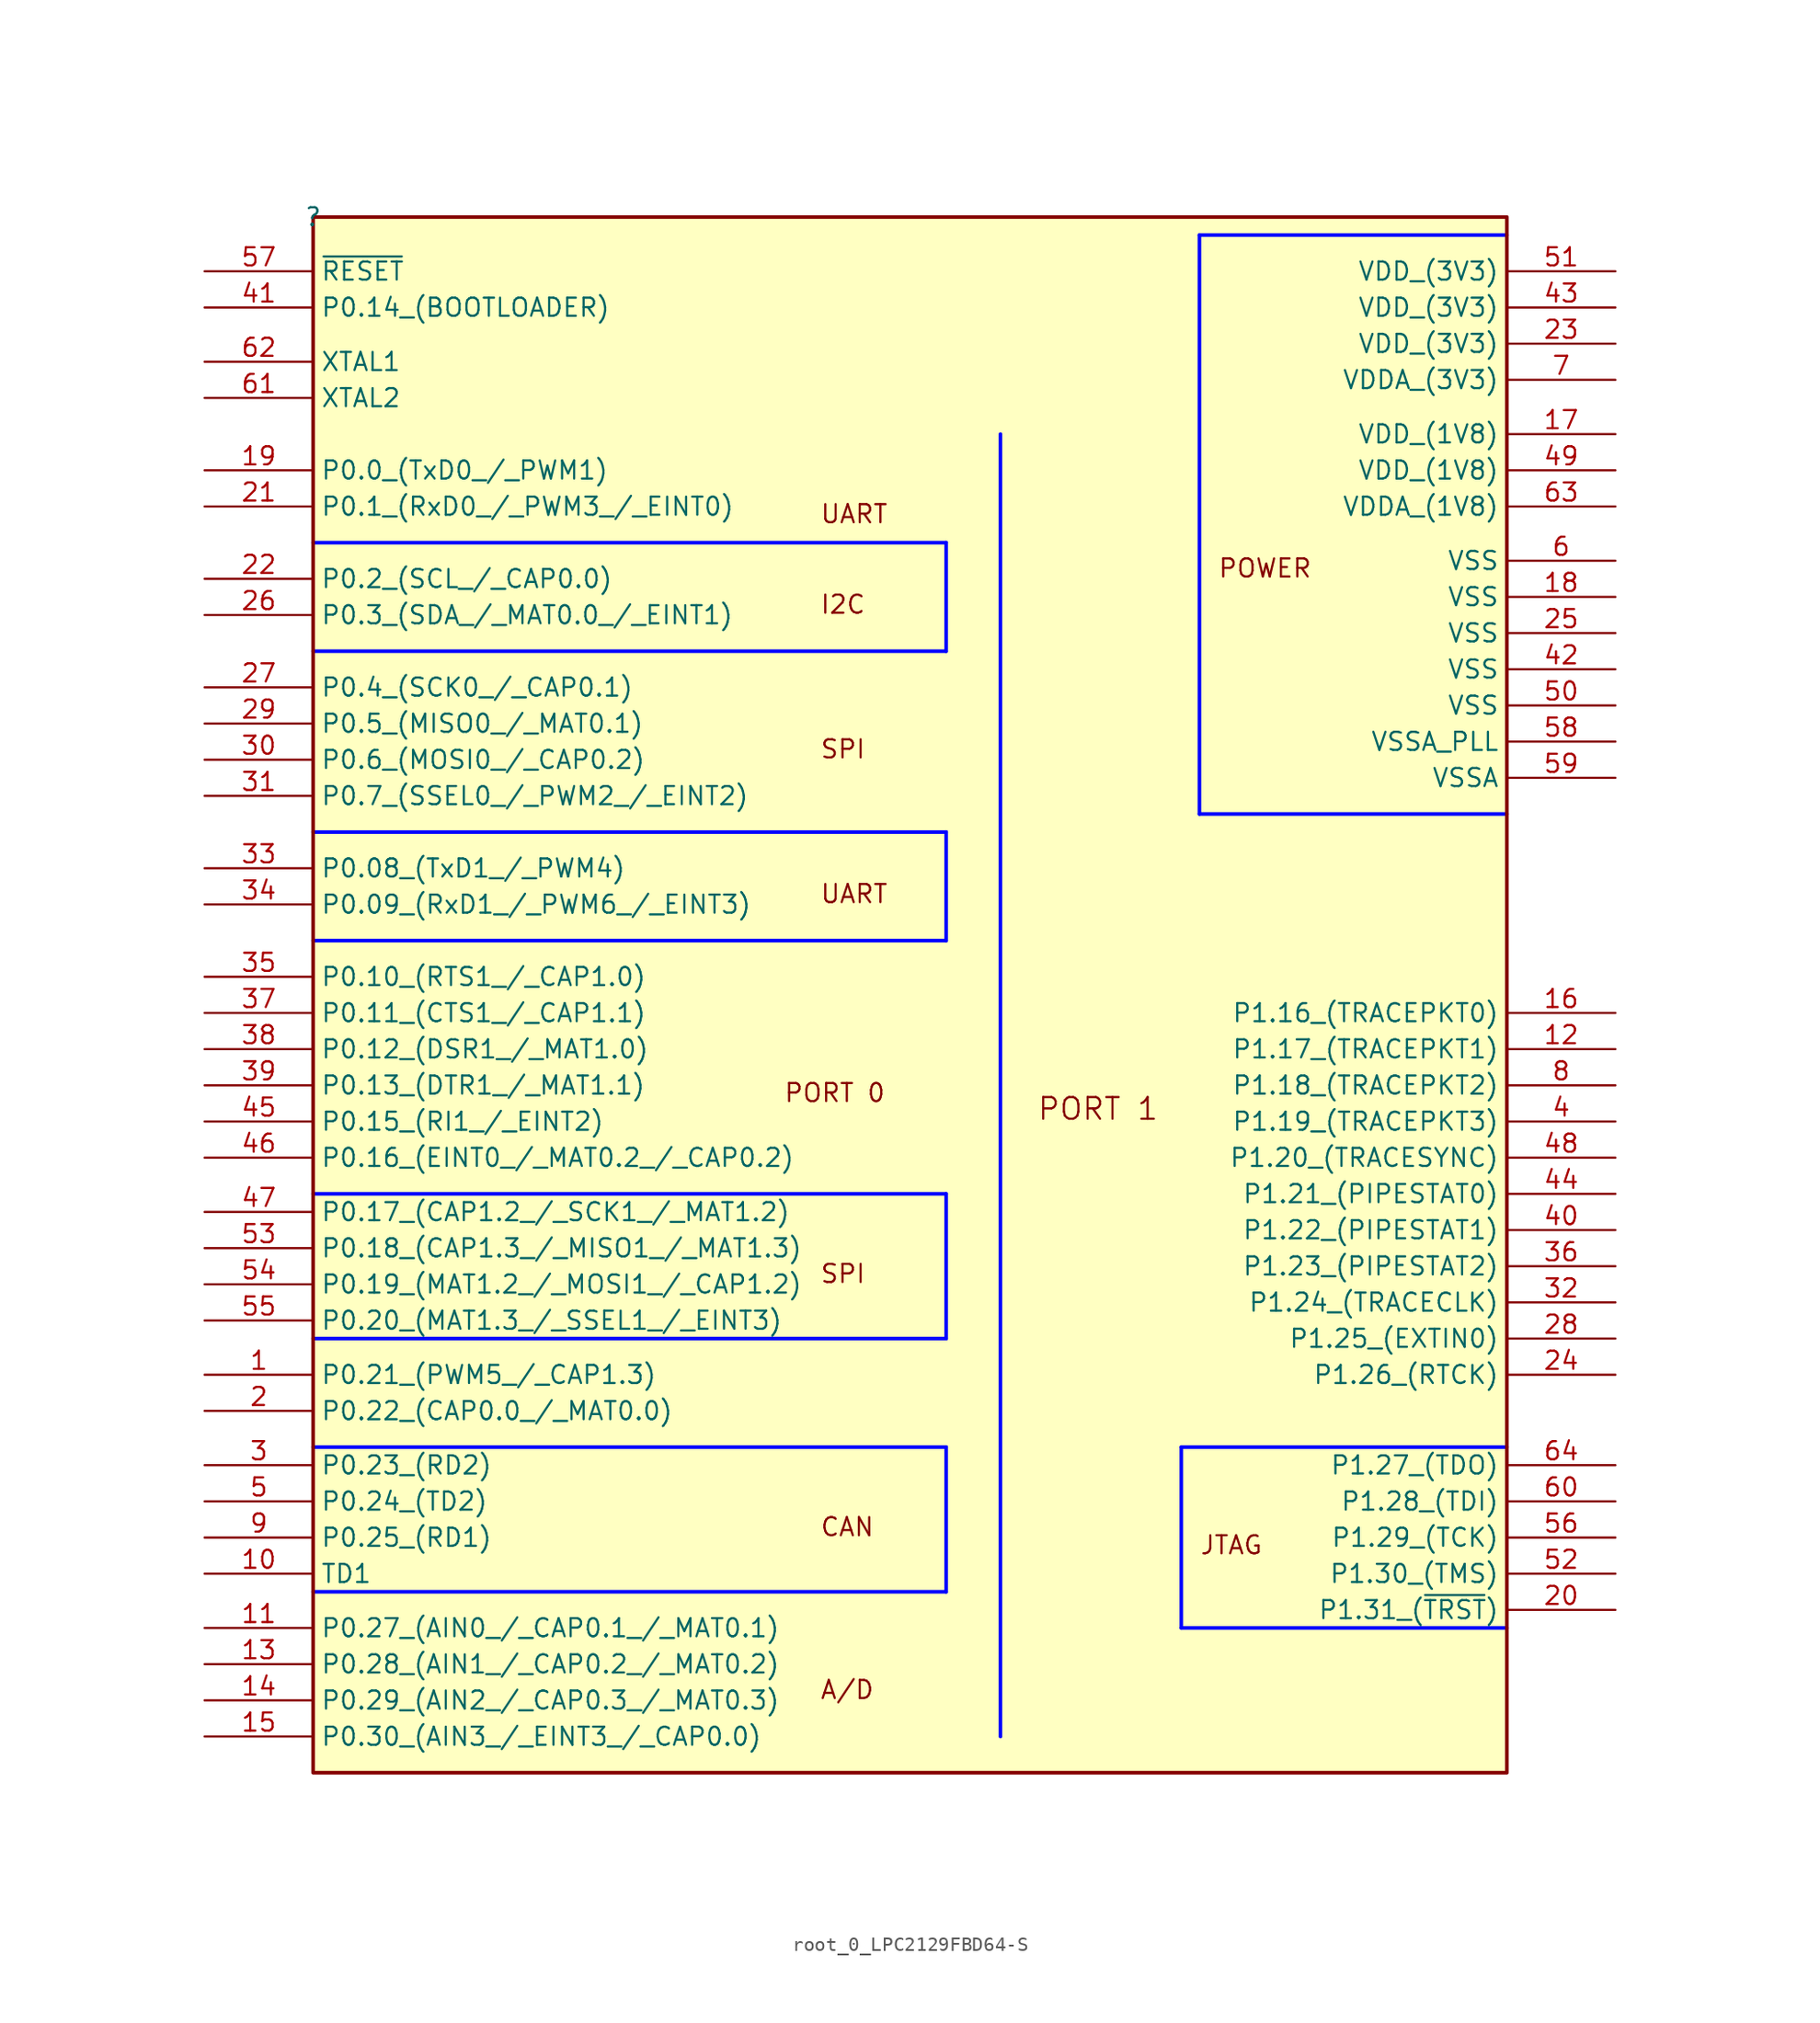
<source format=kicad_sym>
(kicad_symbol_lib
  (version 20231120)
  (generator "kicad_symbol_editor")
  (generator_version "8.0")
  (symbol "root_0_LPC2129FBD64-S"
    (property "Reference" ""
      (at 0 0 0)
      (effects (font (size 1.27 1.27))))
    (property "Value" ""
      (at 0 0 0)
      (effects (font (size 1.27 1.27))))
    (symbol "root_0_LPC2129FBD64-S_1_0"
      (polyline (pts (xy 0 -96.52) (xy 44.45 -96.52)) (stroke (width 0.254) (type solid) (color 0 0 255 1)) (fill (type none)))
      (polyline (pts (xy 0 -86.36) (xy 44.45 -86.36)) (stroke (width 0.254) (type solid) (color 0 0 255 1)) (fill (type none)))
      (polyline (pts (xy 0 -78.74) (xy 44.45 -78.74)) (stroke (width 0.254) (type solid) (color 0 0 255 1)) (fill (type none)))
      (polyline (pts (xy 0 -68.58) (xy 44.45 -68.58)) (stroke (width 0.254) (type solid) (color 0 0 255 1)) (fill (type none)))
      (polyline (pts (xy 0 -50.8) (xy 44.45 -50.8)) (stroke (width 0.254) (type solid) (color 0 0 255 1)) (fill (type none)))
      (polyline (pts (xy 0 -43.18) (xy 44.45 -43.18)) (stroke (width 0.254) (type solid) (color 0 0 255 1)) (fill (type none)))
      (polyline (pts (xy 0 -30.48) (xy 44.45 -30.48)) (stroke (width 0.254) (type solid) (color 0 0 255 1)) (fill (type none)))
      (polyline (pts (xy 0 -22.86) (xy 44.45 -22.86)) (stroke (width 0.254) (type solid) (color 0 0 255 1)) (fill (type none)))
      (polyline (pts (xy 44.45 -96.52) (xy 44.45 -86.36)) (stroke (width 0.254) (type solid) (color 0 0 255 1)) (fill (type none)))
      (polyline (pts (xy 44.45 -78.74) (xy 44.45 -68.58)) (stroke (width 0.254) (type solid) (color 0 0 255 1)) (fill (type none)))
      (polyline (pts (xy 44.45 -50.8) (xy 44.45 -43.18)) (stroke (width 0.254) (type solid) (color 0 0 255 1)) (fill (type none)))
      (polyline (pts (xy 44.45 -30.48) (xy 44.45 -22.86)) (stroke (width 0.254) (type solid) (color 0 0 255 1)) (fill (type none)))
      (polyline (pts (xy 48.26 -106.68) (xy 48.26 -15.24)) (stroke (width 0.254) (type solid) (color 0 0 255 1)) (fill (type none)))
      (polyline (pts (xy 60.96 -99.06) (xy 60.96 -86.36)) (stroke (width 0.254) (type solid) (color 0 0 255 1)) (fill (type none)))
      (polyline (pts (xy 60.96 -99.06) (xy 83.82 -99.06)) (stroke (width 0.254) (type solid) (color 0 0 255 1)) (fill (type none)))
      (polyline (pts (xy 60.96 -86.36) (xy 83.82 -86.36)) (stroke (width 0.254) (type solid) (color 0 0 255 1)) (fill (type none)))
      (polyline (pts (xy 62.23 -41.91) (xy 62.23 -1.27)) (stroke (width 0.254) (type solid) (color 0 0 255 1)) (fill (type none)))
      (polyline (pts (xy 62.23 -41.91) (xy 83.82 -41.91)) (stroke (width 0.254) (type solid) (color 0 0 255 1)) (fill (type none)))
      (polyline (pts (xy 62.23 -1.27) (xy 83.82 -1.27)) (stroke (width 0.254) (type solid) (color 0 0 255 1)) (fill (type none)))
      (rectangle (start 83.82 0) (end 0 -109.22) (stroke (width 0.254) (type solid)) (fill (type background)))
      (text "A/D" (at 35.56 -104.14 0) (effects (font (size 1.27 1.27)) (justify left bottom)))
      (text "CAN" (at 35.56 -92.71 0) (effects (font (size 1.27 1.27)) (justify left bottom)))
      (text "I2C" (at 35.56 -27.94 0) (effects (font (size 1.27 1.27)) (justify left bottom)))
      (text "JTAG" (at 62.23 -93.98 0) (effects (font (size 1.27 1.27)) (justify left bottom)))
      (text "PORT 0" (at 33.02 -62.23 0) (effects (font (size 1.27 1.27)) (justify left bottom)))
      (text "PORT 1" (at 50.8 -63.5 0) (effects (font (size 1.524 1.524)) (justify left bottom)))
      (text "POWER" (at 63.5 -25.4 0) (effects (font (size 1.27 1.27)) (justify left bottom)))
      (text "SPI" (at 35.56 -74.93 0) (effects (font (size 1.27 1.27)) (justify left bottom)))
      (text "SPI" (at 35.56 -38.1 0) (effects (font (size 1.27 1.27)) (justify left bottom)))
      (text "UART" (at 35.56 -48.26 0) (effects (font (size 1.27 1.27)) (justify left bottom)))
      (text "UART" (at 35.56 -21.59 0) (effects (font (size 1.27 1.27)) (justify left bottom)))
      (pin passive line (at -7.62 -81.28 0) (length 7.62) (name "P0.21_(PWM5_/_CAP1.3)" (effects (font (size 1.27 1.27)))) (number "1" (effects (font (size 1.27 1.27)))))
      (pin passive line (at -7.62 -95.25 0) (length 7.62) (name "TD1" (effects (font (size 1.27 1.27)))) (number "10" (effects (font (size 1.27 1.27)))))
      (pin passive line (at -7.62 -99.06 0) (length 7.62) (name "P0.27_(AIN0_/_CAP0.1_/_MAT0.1)" (effects (font (size 1.27 1.27)))) (number "11" (effects (font (size 1.27 1.27)))))
      (pin passive line (at 91.44 -58.42 180) (length 7.62) (name "P1.17_(TRACEPKT1)" (effects (font (size 1.27 1.27)))) (number "12" (effects (font (size 1.27 1.27)))))
      (pin passive line (at -7.62 -101.6 0) (length 7.62) (name "P0.28_(AIN1_/_CAP0.2_/_MAT0.2)" (effects (font (size 1.27 1.27)))) (number "13" (effects (font (size 1.27 1.27)))))
      (pin passive line (at -7.62 -104.14 0) (length 7.62) (name "P0.29_(AIN2_/_CAP0.3_/_MAT0.3)" (effects (font (size 1.27 1.27)))) (number "14" (effects (font (size 1.27 1.27)))))
      (pin passive line (at -7.62 -106.68 0) (length 7.62) (name "P0.30_(AIN3_/_EINT3_/_CAP0.0)" (effects (font (size 1.27 1.27)))) (number "15" (effects (font (size 1.27 1.27)))))
      (pin passive line (at 91.44 -55.88 180) (length 7.62) (name "P1.16_(TRACEPKT0)" (effects (font (size 1.27 1.27)))) (number "16" (effects (font (size 1.27 1.27)))))
      (pin passive line (at 91.44 -15.24 180) (length 7.62) (name "VDD_(1V8)" (effects (font (size 1.27 1.27)))) (number "17" (effects (font (size 1.27 1.27)))))
      (pin passive line (at 91.44 -26.67 180) (length 7.62) (name "VSS" (effects (font (size 1.27 1.27)))) (number "18" (effects (font (size 1.27 1.27)))))
      (pin passive line (at -7.62 -17.78 0) (length 7.62) (name "P0.0_(TxD0_/_PWM1)" (effects (font (size 1.27 1.27)))) (number "19" (effects (font (size 1.27 1.27)))))
      (pin passive line (at -7.62 -83.82 0) (length 7.62) (name "P0.22_(CAP0.0_/_MAT0.0)" (effects (font (size 1.27 1.27)))) (number "2" (effects (font (size 1.27 1.27)))))
      (pin passive line (at 91.44 -97.79 180) (length 7.62) (name "P1.31_(~{TRST})" (effects (font (size 1.27 1.27)))) (number "20" (effects (font (size 1.27 1.27)))))
      (pin passive line (at -7.62 -20.32 0) (length 7.62) (name "P0.1_(RxD0_/_PWM3_/_EINT0)" (effects (font (size 1.27 1.27)))) (number "21" (effects (font (size 1.27 1.27)))))
      (pin passive line (at -7.62 -25.4 0) (length 7.62) (name "P0.2_(SCL_/_CAP0.0)" (effects (font (size 1.27 1.27)))) (number "22" (effects (font (size 1.27 1.27)))))
      (pin passive line (at 91.44 -8.89 180) (length 7.62) (name "VDD_(3V3)" (effects (font (size 1.27 1.27)))) (number "23" (effects (font (size 1.27 1.27)))))
      (pin passive line (at 91.44 -81.28 180) (length 7.62) (name "P1.26_(RTCK)" (effects (font (size 1.27 1.27)))) (number "24" (effects (font (size 1.27 1.27)))))
      (pin passive line (at 91.44 -29.21 180) (length 7.62) (name "VSS" (effects (font (size 1.27 1.27)))) (number "25" (effects (font (size 1.27 1.27)))))
      (pin passive line (at -7.62 -27.94 0) (length 7.62) (name "P0.3_(SDA_/_MAT0.0_/_EINT1)" (effects (font (size 1.27 1.27)))) (number "26" (effects (font (size 1.27 1.27)))))
      (pin passive line (at -7.62 -33.02 0) (length 7.62) (name "P0.4_(SCK0_/_CAP0.1)" (effects (font (size 1.27 1.27)))) (number "27" (effects (font (size 1.27 1.27)))))
      (pin passive line (at 91.44 -78.74 180) (length 7.62) (name "P1.25_(EXTIN0)" (effects (font (size 1.27 1.27)))) (number "28" (effects (font (size 1.27 1.27)))))
      (pin passive line (at -7.62 -35.56 0) (length 7.62) (name "P0.5_(MISO0_/_MAT0.1)" (effects (font (size 1.27 1.27)))) (number "29" (effects (font (size 1.27 1.27)))))
      (pin passive line (at -7.62 -87.63 0) (length 7.62) (name "P0.23_(RD2)" (effects (font (size 1.27 1.27)))) (number "3" (effects (font (size 1.27 1.27)))))
      (pin passive line (at -7.62 -38.1 0) (length 7.62) (name "P0.6_(MOSI0_/_CAP0.2)" (effects (font (size 1.27 1.27)))) (number "30" (effects (font (size 1.27 1.27)))))
      (pin passive line (at -7.62 -40.64 0) (length 7.62) (name "P0.7_(SSEL0_/_PWM2_/_EINT2)" (effects (font (size 1.27 1.27)))) (number "31" (effects (font (size 1.27 1.27)))))
      (pin passive line (at 91.44 -76.2 180) (length 7.62) (name "P1.24_(TRACECLK)" (effects (font (size 1.27 1.27)))) (number "32" (effects (font (size 1.27 1.27)))))
      (pin passive line (at -7.62 -45.72 0) (length 7.62) (name "P0.08_(TxD1_/_PWM4)" (effects (font (size 1.27 1.27)))) (number "33" (effects (font (size 1.27 1.27)))))
      (pin passive line (at -7.62 -48.26 0) (length 7.62) (name "P0.09_(RxD1_/_PWM6_/_EINT3)" (effects (font (size 1.27 1.27)))) (number "34" (effects (font (size 1.27 1.27)))))
      (pin passive line (at -7.62 -53.34 0) (length 7.62) (name "P0.10_(RTS1_/_CAP1.0)" (effects (font (size 1.27 1.27)))) (number "35" (effects (font (size 1.27 1.27)))))
      (pin passive line (at 91.44 -73.66 180) (length 7.62) (name "P1.23_(PIPESTAT2)" (effects (font (size 1.27 1.27)))) (number "36" (effects (font (size 1.27 1.27)))))
      (pin passive line (at -7.62 -55.88 0) (length 7.62) (name "P0.11_(CTS1_/_CAP1.1)" (effects (font (size 1.27 1.27)))) (number "37" (effects (font (size 1.27 1.27)))))
      (pin passive line (at -7.62 -58.42 0) (length 7.62) (name "P0.12_(DSR1_/_MAT1.0)" (effects (font (size 1.27 1.27)))) (number "38" (effects (font (size 1.27 1.27)))))
      (pin passive line (at -7.62 -60.96 0) (length 7.62) (name "P0.13_(DTR1_/_MAT1.1)" (effects (font (size 1.27 1.27)))) (number "39" (effects (font (size 1.27 1.27)))))
      (pin passive line (at 91.44 -63.5 180) (length 7.62) (name "P1.19_(TRACEPKT3)" (effects (font (size 1.27 1.27)))) (number "4" (effects (font (size 1.27 1.27)))))
      (pin passive line (at 91.44 -71.12 180) (length 7.62) (name "P1.22_(PIPESTAT1)" (effects (font (size 1.27 1.27)))) (number "40" (effects (font (size 1.27 1.27)))))
      (pin passive line (at -7.62 -6.35 0) (length 7.62) (name "P0.14_(BOOTLOADER)" (effects (font (size 1.27 1.27)))) (number "41" (effects (font (size 1.27 1.27)))))
      (pin passive line (at 91.44 -31.75 180) (length 7.62) (name "VSS" (effects (font (size 1.27 1.27)))) (number "42" (effects (font (size 1.27 1.27)))))
      (pin passive line (at 91.44 -6.35 180) (length 7.62) (name "VDD_(3V3)" (effects (font (size 1.27 1.27)))) (number "43" (effects (font (size 1.27 1.27)))))
      (pin passive line (at 91.44 -68.58 180) (length 7.62) (name "P1.21_(PIPESTAT0)" (effects (font (size 1.27 1.27)))) (number "44" (effects (font (size 1.27 1.27)))))
      (pin passive line (at -7.62 -63.5 0) (length 7.62) (name "P0.15_(RI1_/_EINT2)" (effects (font (size 1.27 1.27)))) (number "45" (effects (font (size 1.27 1.27)))))
      (pin passive line (at -7.62 -66.04 0) (length 7.62) (name "P0.16_(EINT0_/_MAT0.2_/_CAP0.2)" (effects (font (size 1.27 1.27)))) (number "46" (effects (font (size 1.27 1.27)))))
      (pin passive line (at -7.62 -69.85 0) (length 7.62) (name "P0.17_(CAP1.2_/_SCK1_/_MAT1.2)" (effects (font (size 1.27 1.27)))) (number "47" (effects (font (size 1.27 1.27)))))
      (pin passive line (at 91.44 -66.04 180) (length 7.62) (name "P1.20_(TRACESYNC)" (effects (font (size 1.27 1.27)))) (number "48" (effects (font (size 1.27 1.27)))))
      (pin passive line (at 91.44 -17.78 180) (length 7.62) (name "VDD_(1V8)" (effects (font (size 1.27 1.27)))) (number "49" (effects (font (size 1.27 1.27)))))
      (pin passive line (at -7.62 -90.17 0) (length 7.62) (name "P0.24_(TD2)" (effects (font (size 1.27 1.27)))) (number "5" (effects (font (size 1.27 1.27)))))
      (pin passive line (at 91.44 -34.29 180) (length 7.62) (name "VSS" (effects (font (size 1.27 1.27)))) (number "50" (effects (font (size 1.27 1.27)))))
      (pin passive line (at 91.44 -3.81 180) (length 7.62) (name "VDD_(3V3)" (effects (font (size 1.27 1.27)))) (number "51" (effects (font (size 1.27 1.27)))))
      (pin passive line (at 91.44 -95.25 180) (length 7.62) (name "P1.30_(TMS)" (effects (font (size 1.27 1.27)))) (number "52" (effects (font (size 1.27 1.27)))))
      (pin passive line (at -7.62 -72.39 0) (length 7.62) (name "P0.18_(CAP1.3_/_MISO1_/_MAT1.3)" (effects (font (size 1.27 1.27)))) (number "53" (effects (font (size 1.27 1.27)))))
      (pin passive line (at -7.62 -74.93 0) (length 7.62) (name "P0.19_(MAT1.2_/_MOSI1_/_CAP1.2)" (effects (font (size 1.27 1.27)))) (number "54" (effects (font (size 1.27 1.27)))))
      (pin passive line (at -7.62 -77.47 0) (length 7.62) (name "P0.20_(MAT1.3_/_SSEL1_/_EINT3)" (effects (font (size 1.27 1.27)))) (number "55" (effects (font (size 1.27 1.27)))))
      (pin passive line (at 91.44 -92.71 180) (length 7.62) (name "P1.29_(TCK)" (effects (font (size 1.27 1.27)))) (number "56" (effects (font (size 1.27 1.27)))))
      (pin passive line (at -7.62 -3.81 0) (length 7.62) (name "~{RESET}" (effects (font (size 1.27 1.27)))) (number "57" (effects (font (size 1.27 1.27)))))
      (pin passive line (at 91.44 -36.83 180) (length 7.62) (name "VSSA_PLL" (effects (font (size 1.27 1.27)))) (number "58" (effects (font (size 1.27 1.27)))))
      (pin passive line (at 91.44 -39.37 180) (length 7.62) (name "VSSA" (effects (font (size 1.27 1.27)))) (number "59" (effects (font (size 1.27 1.27)))))
      (pin passive line (at 91.44 -24.13 180) (length 7.62) (name "VSS" (effects (font (size 1.27 1.27)))) (number "6" (effects (font (size 1.27 1.27)))))
      (pin passive line (at 91.44 -90.17 180) (length 7.62) (name "P1.28_(TDI)" (effects (font (size 1.27 1.27)))) (number "60" (effects (font (size 1.27 1.27)))))
      (pin passive line (at -7.62 -12.7 0) (length 7.62) (name "XTAL2" (effects (font (size 1.27 1.27)))) (number "61" (effects (font (size 1.27 1.27)))))
      (pin passive line (at -7.62 -10.16 0) (length 7.62) (name "XTAL1" (effects (font (size 1.27 1.27)))) (number "62" (effects (font (size 1.27 1.27)))))
      (pin passive line (at 91.44 -20.32 180) (length 7.62) (name "VDDA_(1V8)" (effects (font (size 1.27 1.27)))) (number "63" (effects (font (size 1.27 1.27)))))
      (pin passive line (at 91.44 -87.63 180) (length 7.62) (name "P1.27_(TDO)" (effects (font (size 1.27 1.27)))) (number "64" (effects (font (size 1.27 1.27)))))
      (pin passive line (at 91.44 -11.43 180) (length 7.62) (name "VDDA_(3V3)" (effects (font (size 1.27 1.27)))) (number "7" (effects (font (size 1.27 1.27)))))
      (pin passive line (at 91.44 -60.96 180) (length 7.62) (name "P1.18_(TRACEPKT2)" (effects (font (size 1.27 1.27)))) (number "8" (effects (font (size 1.27 1.27)))))
      (pin passive line (at -7.62 -92.71 0) (length 7.62) (name "P0.25_(RD1)" (effects (font (size 1.27 1.27)))) (number "9" (effects (font (size 1.27 1.27))))))))
</source>
